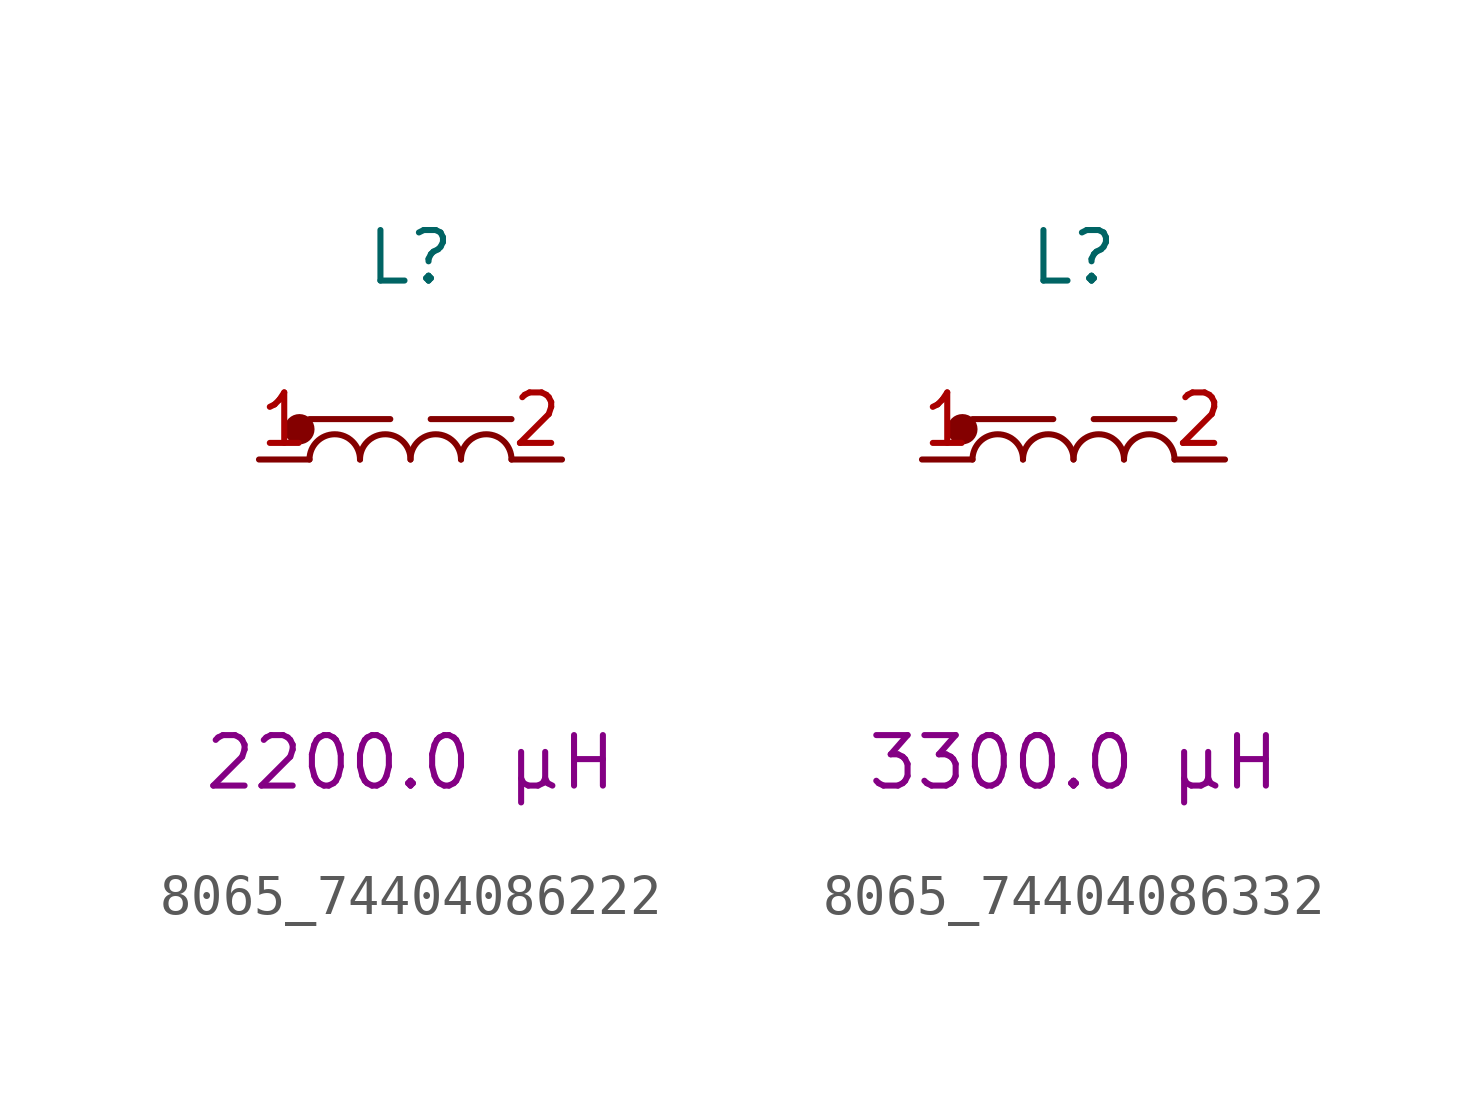
<source format=kicad_sym>
(kicad_symbol_lib
  (version 20220914)
  (generator kicad_symbol_editor)
  (symbol "8065_74404086222"
    (pin_names hide)
    (property "Reference" "L"
      (at 0 5.08 0)
      (effects (font (size 1.27 1.27))))
    (property "Critical Parameter" "2200.0 µH"
      (at 0 -7.62 0)
      (effects (font (size 1.27 1.27))))
    (symbol "8065_74404086222_0_1"
      (arc (start -1.27 0) (mid -1.905 0.6323) (end -2.54 0) (stroke (width 0) (type default)) (fill (type none)))
      (arc (start 0 0) (mid -0.635 0.6323) (end -1.27 0) (stroke (width 0) (type default)) (fill (type none)))
      (polyline (pts (xy -2.54 1.016) (xy -0.508 1.016)) (stroke (width 0) (type default)) (fill (type none)))
      (arc (start 1.27 0) (mid 0.635 0.6323) (end 0 0) (stroke (width 0) (type default)) (fill (type none)))
      (arc (start 2.54 0) (mid 1.905 0.6323) (end 1.27 0) (stroke (width 0) (type default)) (fill (type none))))
    (symbol "8065_74404086222_1_1"
      (circle (center -2.794 0.762) (radius 0.0001) (stroke (width 0.381) (type default)) (fill (type none)))
      (polyline (pts (xy 2.54 1.016) (xy 0.508 1.016)) (stroke (width 0) (type default)) (fill (type none)))
      (pin passive line (at -3.81 0 0) (length 1.27) (name "1" (effects (font (size 1.27 1.27)))) (number "1" (effects (font (size 1.27 1.27)))))
      (pin passive line (at 3.81 0 180) (length 1.27) (name "2" (effects (font (size 1.27 1.27)))) (number "2" (effects (font (size 1.27 1.27)))))))
  (symbol "8065_74404086332"
    (pin_names hide)
    (property "Reference" "L"
      (at 0 5.08 0)
      (effects (font (size 1.27 1.27))))
    (property "Critical Parameter" "3300.0 µH"
      (at 0 -7.62 0)
      (effects (font (size 1.27 1.27))))
    (symbol "8065_74404086332_0_1"
      (arc (start -1.27 0) (mid -1.905 0.6323) (end -2.54 0) (stroke (width 0) (type default)) (fill (type none)))
      (arc (start 0 0) (mid -0.635 0.6323) (end -1.27 0) (stroke (width 0) (type default)) (fill (type none)))
      (polyline (pts (xy -2.54 1.016) (xy -0.508 1.016)) (stroke (width 0) (type default)) (fill (type none)))
      (arc (start 1.27 0) (mid 0.635 0.6323) (end 0 0) (stroke (width 0) (type default)) (fill (type none)))
      (arc (start 2.54 0) (mid 1.905 0.6323) (end 1.27 0) (stroke (width 0) (type default)) (fill (type none))))
    (symbol "8065_74404086332_1_1"
      (circle (center -2.794 0.762) (radius 0.0001) (stroke (width 0.381) (type default)) (fill (type none)))
      (polyline (pts (xy 2.54 1.016) (xy 0.508 1.016)) (stroke (width 0) (type default)) (fill (type none)))
      (pin passive line (at -3.81 0 0) (length 1.27) (name "1" (effects (font (size 1.27 1.27)))) (number "1" (effects (font (size 1.27 1.27)))))
      (pin passive line (at 3.81 0 180) (length 1.27) (name "2" (effects (font (size 1.27 1.27)))) (number "2" (effects (font (size 1.27 1.27))))))))
</source>
